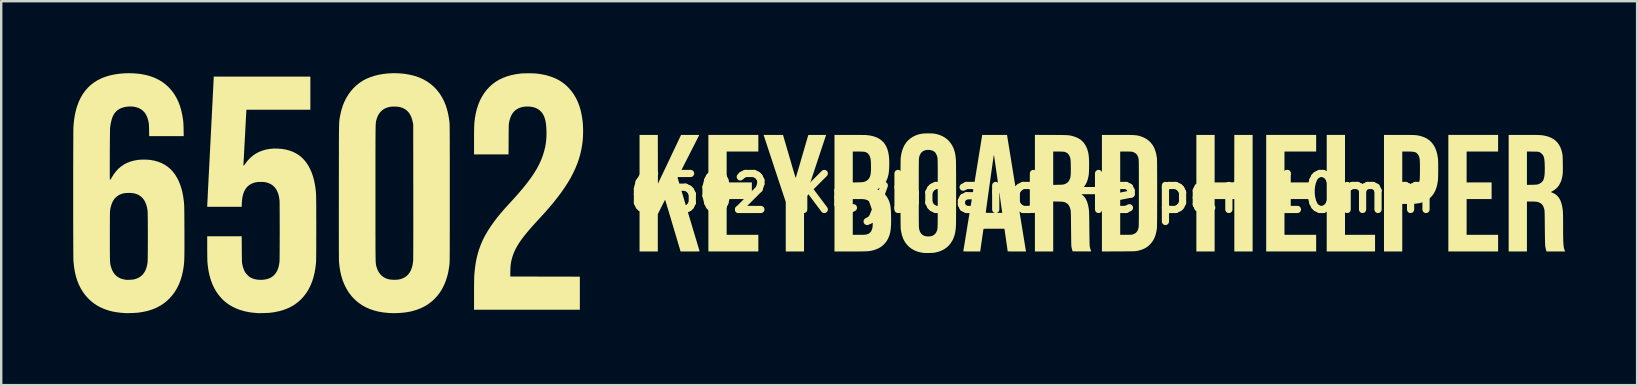
<source format=kicad_pcb>
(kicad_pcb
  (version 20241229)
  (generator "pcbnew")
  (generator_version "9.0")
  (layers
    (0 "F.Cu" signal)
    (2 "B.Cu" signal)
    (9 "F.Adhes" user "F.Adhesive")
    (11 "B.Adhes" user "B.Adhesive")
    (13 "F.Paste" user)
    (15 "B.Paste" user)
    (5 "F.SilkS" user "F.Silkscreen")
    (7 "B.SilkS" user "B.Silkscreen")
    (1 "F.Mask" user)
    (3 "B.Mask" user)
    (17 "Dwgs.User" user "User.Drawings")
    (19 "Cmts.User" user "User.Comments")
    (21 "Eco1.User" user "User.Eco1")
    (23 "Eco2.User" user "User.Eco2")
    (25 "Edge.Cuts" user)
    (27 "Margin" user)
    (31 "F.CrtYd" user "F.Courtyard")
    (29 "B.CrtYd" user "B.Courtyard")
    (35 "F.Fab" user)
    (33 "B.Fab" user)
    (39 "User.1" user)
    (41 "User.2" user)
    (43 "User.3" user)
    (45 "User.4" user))
  (footprint "6502 Keyboard Helper 10mm"
    (layer "F.Cu")
    (at 39.974 4.999)
    (property "Reference" "6502 Keyboard Helper 10mm" (at 0 0 0) (layer "F.SilkS") (effects (font (size 1.5 1.5) (thickness 0.3))))
    (attr board_only exclude_from_pos_files exclude_from_bom)
    (fp_poly (pts (xy 13.017 -0.347) (xy 13.017 1.735) (xy 13.643 1.735) (xy 14.27 1.735) (xy 14.27 2.081) (xy 14.27 2.428) (xy 13.263 2.428) (xy 12.256 2.428) (xy 12.256 0) (xy 12.256 -2.428) (xy 12.637 -2.428) (xy 13.017 -2.428)) (stroke (width 0) (type solid)) (fill yes) (layer "F.SilkS"))
    (fp_poly (pts (xy -11.427 -2.081) (xy -11.427 -1.735) (xy -12.087 -1.735) (xy -12.747 -1.735) (xy -12.747 -1.091) (xy -12.747 -0.448) (xy -12.222 -0.448) (xy -11.697 -0.448) (xy -11.697 -0.102) (xy -11.697 0.245) (xy -12.222 0.245) (xy -12.747 0.245) (xy -12.747 0.99) (xy -12.747 1.735) (xy -12.087 1.735) (xy -11.427 1.735) (xy -11.427 2.081) (xy -11.427 2.428) (xy -12.467 2.428) (xy -13.508 2.428) (xy -13.508 0) (xy -13.508 -2.428) (xy -12.467 -2.428) (xy -11.427 -2.428)) (stroke (width 0) (type solid)) (fill yes) (layer "F.SilkS"))
    (fp_poly (pts (xy 7.585 -1.438) (xy 7.585 -0.448) (xy 7.994 -0.45) (xy 8.402 -0.453) (xy 8.404 -1.44) (xy 8.406 -2.428) (xy 8.787 -2.428) (xy 9.168 -2.428) (xy 9.168 0) (xy 9.168 2.428) (xy 8.787 2.428) (xy 8.406 2.428) (xy 8.406 1.337) (xy 8.406 0.245) (xy 7.996 0.245) (xy 7.585 0.245) (xy 7.585 1.337) (xy 7.585 2.428) (xy 7.205 2.428) (xy 6.824 2.428) (xy 6.824 0) (xy 6.824 -2.428) (xy 7.205 -2.428) (xy 7.585 -2.428)) (stroke (width 0) (type solid)) (fill yes) (layer "F.SilkS"))
    (fp_poly (pts (xy 11.816 -2.081) (xy 11.816 -1.735) (xy 11.156 -1.735) (xy 10.496 -1.735) (xy 10.496 -1.091) (xy 10.496 -0.448) (xy 11.02 -0.448) (xy 11.545 -0.448) (xy 11.545 -0.102) (xy 11.545 0.245) (xy 11.02 0.245) (xy 10.496 0.245) (xy 10.496 0.99) (xy 10.496 1.735) (xy 11.156 1.735) (xy 11.816 1.735) (xy 11.816 2.081) (xy 11.816 2.428) (xy 10.775 2.428) (xy 9.734 2.428) (xy 9.734 0) (xy 9.734 -2.428) (xy 10.775 -2.428) (xy 11.816 -2.428)) (stroke (width 0) (type solid)) (fill yes) (layer "F.SilkS"))
    (fp_poly (pts (xy 19.397 -2.081) (xy 19.397 -1.735) (xy 18.741 -1.735) (xy 18.085 -1.735) (xy 18.085 -1.091) (xy 18.085 -0.448) (xy 18.606 -0.448) (xy 19.126 -0.448) (xy 19.126 -0.102) (xy 19.126 0.245) (xy 18.606 0.245) (xy 18.085 0.245) (xy 18.085 0.99) (xy 18.085 1.735) (xy 18.741 1.735) (xy 19.397 1.735) (xy 19.397 2.081) (xy 19.397 2.428) (xy 18.36 2.428) (xy 17.324 2.428) (xy 17.324 0) (xy 17.324 -2.428) (xy 18.36 -2.428) (xy 19.397 -2.428)) (stroke (width 0) (type solid)) (fill yes) (layer "F.SilkS"))
    (fp_poly (pts (xy -9.063 -1.039) (xy -9.523 0.351) (xy -9.523 1.39) (xy -9.523 2.428) (xy -9.904 2.428) (xy -10.284 2.428) (xy -10.284 1.398) (xy -10.284 0.368) (xy -10.746 -1.027) (xy -10.795 -1.175) (xy -10.842 -1.32) (xy -10.888 -1.459) (xy -10.932 -1.591) (xy -10.974 -1.718) (xy -11.013 -1.836) (xy -11.049 -1.946) (xy -11.082 -2.047) (xy -11.112 -2.138) (xy -11.139 -2.218) (xy -11.161 -2.286) (xy -11.179 -2.341) (xy -11.193 -2.383) (xy -11.202 -2.411) (xy -11.206 -2.424) (xy -11.207 -2.425) (xy -11.198 -2.426) (xy -11.175 -2.426) (xy -11.138 -2.427) (xy -11.089 -2.427) (xy -11.029 -2.428) (xy -10.961 -2.428) (xy -10.886 -2.428) (xy -10.805 -2.428) (xy -10.803 -2.428) (xy -10.399 -2.428) (xy -10.141 -1.544) (xy -10.107 -1.426) (xy -10.073 -1.312) (xy -10.042 -1.203) (xy -10.012 -1.101) (xy -9.984 -1.007) (xy -9.959 -0.921) (xy -9.936 -0.845) (xy -9.917 -0.78) (xy -9.901 -0.727) (xy -9.889 -0.687) (xy -9.881 -0.661) (xy -9.877 -0.65) (xy -9.877 -0.65) (xy -9.869 -0.643) (xy -9.867 -0.643) (xy -9.864 -0.652) (xy -9.857 -0.675) (xy -9.845 -0.713) (xy -9.83 -0.764) (xy -9.812 -0.827) (xy -9.79 -0.901) (xy -9.765 -0.985) (xy -9.738 -1.078) (xy -9.708 -1.178) (xy -9.677 -1.286) (xy -9.644 -1.399) (xy -9.61 -1.516) (xy -9.608 -1.523) (xy -9.573 -1.641) (xy -9.54 -1.755) (xy -9.509 -1.863) (xy -9.479 -1.965) (xy -9.452 -2.059) (xy -9.427 -2.144) (xy -9.405 -2.22) (xy -9.386 -2.284) (xy -9.371 -2.337) (xy -9.359 -2.377) (xy -9.352 -2.403) (xy -9.348 -2.413) (xy -9.348 -2.414) (xy -9.346 -2.417) (xy -9.342 -2.42) (xy -9.333 -2.422) (xy -9.319 -2.424) (xy -9.298 -2.426) (xy -9.268 -2.427) (xy -9.228 -2.427) (xy -9.177 -2.428) (xy -9.113 -2.428) (xy -9.034 -2.428) (xy -8.974 -2.428) (xy -8.603 -2.428)) (stroke (width 0) (type solid)) (fill yes) (layer "F.SilkS"))
    (fp_poly (pts (xy -15.613 -1.411) (xy -15.611 -0.394) (xy -15.128 -1.411) (xy -14.646 -2.428) (xy -14.267 -2.428) (xy -14.189 -2.428) (xy -14.116 -2.428) (xy -14.051 -2.428) (xy -13.994 -2.427) (xy -13.948 -2.427) (xy -13.914 -2.426) (xy -13.894 -2.425) (xy -13.889 -2.425) (xy -13.893 -2.417) (xy -13.904 -2.395) (xy -13.921 -2.36) (xy -13.945 -2.312) (xy -13.975 -2.253) (xy -14.01 -2.184) (xy -14.05 -2.105) (xy -14.094 -2.018) (xy -14.143 -1.923) (xy -14.194 -1.822) (xy -14.249 -1.715) (xy -14.306 -1.603) (xy -14.341 -1.533) (xy -14.793 -0.646) (xy -14.337 0.876) (xy -14.29 1.032) (xy -14.244 1.184) (xy -14.2 1.331) (xy -14.158 1.472) (xy -14.118 1.606) (xy -14.08 1.733) (xy -14.044 1.851) (xy -14.011 1.961) (xy -13.981 2.06) (xy -13.955 2.149) (xy -13.932 2.227) (xy -13.912 2.292) (xy -13.896 2.344) (xy -13.885 2.382) (xy -13.878 2.406) (xy -13.875 2.414) (xy -13.875 2.417) (xy -13.877 2.42) (xy -13.884 2.422) (xy -13.896 2.424) (xy -13.915 2.425) (xy -13.942 2.427) (xy -13.979 2.427) (xy -14.027 2.428) (xy -14.087 2.428) (xy -14.161 2.428) (xy -14.251 2.428) (xy -14.269 2.428) (xy -14.667 2.428) (xy -14.679 2.387) (xy -14.748 2.155) (xy -14.813 1.935) (xy -14.875 1.728) (xy -14.933 1.533) (xy -14.987 1.352) (xy -15.037 1.183) (xy -15.083 1.028) (xy -15.125 0.887) (xy -15.163 0.76) (xy -15.197 0.647) (xy -15.227 0.549) (xy -15.252 0.465) (xy -15.273 0.396) (xy -15.289 0.343) (xy -15.301 0.305) (xy -15.308 0.283) (xy -15.31 0.277) (xy -15.315 0.283) (xy -15.326 0.302) (xy -15.344 0.334) (xy -15.366 0.376) (xy -15.392 0.427) (xy -15.422 0.485) (xy -15.454 0.549) (xy -15.465 0.572) (xy -15.615 0.873) (xy -15.615 1.651) (xy -15.615 2.428) (xy -15.996 2.428) (xy -16.376 2.428) (xy -16.376 0) (xy -16.376 -2.428) (xy -15.996 -2.428) (xy -15.615 -2.428)) (stroke (width 0) (type solid)) (fill yes) (layer "F.SilkS"))
    (fp_poly (pts (xy 15.266 -2.428) (xy 15.393 -2.428) (xy 15.504 -2.428) (xy 15.601 -2.427) (xy 15.685 -2.427) (xy 15.758 -2.426) (xy 15.821 -2.424) (xy 15.875 -2.423) (xy 15.921 -2.42) (xy 15.962 -2.417) (xy 15.997 -2.414) (xy 16.03 -2.409) (xy 16.061 -2.404) (xy 16.091 -2.398) (xy 16.121 -2.392) (xy 16.142 -2.387) (xy 16.268 -2.349) (xy 16.382 -2.3) (xy 16.485 -2.238) (xy 16.577 -2.163) (xy 16.657 -2.076) (xy 16.726 -1.977) (xy 16.784 -1.865) (xy 16.83 -1.74) (xy 16.865 -1.603) (xy 16.889 -1.453) (xy 16.892 -1.428) (xy 16.895 -1.391) (xy 16.897 -1.339) (xy 16.899 -1.275) (xy 16.9 -1.202) (xy 16.901 -1.122) (xy 16.901 -1.038) (xy 16.901 -0.952) (xy 16.9 -0.866) (xy 16.899 -0.784) (xy 16.897 -0.707) (xy 16.895 -0.639) (xy 16.893 -0.581) (xy 16.89 -0.537) (xy 16.888 -0.52) (xy 16.864 -0.372) (xy 16.829 -0.236) (xy 16.783 -0.112) (xy 16.726 -0.001) (xy 16.657 0.097) (xy 16.577 0.183) (xy 16.485 0.257) (xy 16.381 0.319) (xy 16.372 0.324) (xy 16.307 0.354) (xy 16.242 0.38) (xy 16.176 0.401) (xy 16.106 0.417) (xy 16.03 0.43) (xy 15.946 0.439) (xy 15.851 0.445) (xy 15.744 0.448) (xy 15.643 0.448) (xy 15.403 0.448) (xy 15.403 1.438) (xy 15.403 2.428) (xy 15.023 2.428) (xy 14.642 2.428) (xy 14.642 0) (xy 14.642 -0.99) (xy 15.403 -0.99) (xy 15.403 -0.245) (xy 15.627 -0.245) (xy 15.696 -0.245) (xy 15.75 -0.246) (xy 15.793 -0.247) (xy 15.826 -0.248) (xy 15.852 -0.251) (xy 15.873 -0.254) (xy 15.891 -0.258) (xy 15.904 -0.262) (xy 15.969 -0.288) (xy 16.021 -0.324) (xy 16.063 -0.37) (xy 16.095 -0.429) (xy 16.118 -0.5) (xy 16.127 -0.544) (xy 16.131 -0.573) (xy 16.133 -0.616) (xy 16.136 -0.672) (xy 16.138 -0.738) (xy 16.139 -0.811) (xy 16.14 -0.89) (xy 16.14 -0.971) (xy 16.14 -1.053) (xy 16.14 -1.133) (xy 16.138 -1.209) (xy 16.137 -1.279) (xy 16.135 -1.34) (xy 16.132 -1.389) (xy 16.129 -1.426) (xy 16.127 -1.437) (xy 16.107 -1.518) (xy 16.077 -1.585) (xy 16.037 -1.638) (xy 16.035 -1.64) (xy 16.009 -1.665) (xy 15.983 -1.685) (xy 15.954 -1.701) (xy 15.92 -1.713) (xy 15.88 -1.722) (xy 15.831 -1.728) (xy 15.772 -1.732) (xy 15.699 -1.734) (xy 15.62 -1.735) (xy 15.403 -1.735) (xy 15.403 -0.99) (xy 14.642 -0.99) (xy 14.642 -2.428)) (stroke (width 0) (type solid)) (fill yes) (layer "F.SilkS"))
    (fp_poly (pts (xy 3.665 -2.428) (xy 3.784 -2.428) (xy 3.888 -2.428) (xy 3.98 -2.427) (xy 4.059 -2.425) (xy 4.129 -2.424) (xy 4.189 -2.421) (xy 4.241 -2.418) (xy 4.287 -2.414) (xy 4.327 -2.41) (xy 4.363 -2.404) (xy 4.397 -2.398) (xy 4.43 -2.39) (xy 4.462 -2.381) (xy 4.496 -2.371) (xy 4.518 -2.364) (xy 4.636 -2.318) (xy 4.744 -2.258) (xy 4.841 -2.186) (xy 4.927 -2.102) (xy 5.001 -2.006) (xy 5.058 -1.908) (xy 5.098 -1.814) (xy 5.133 -1.707) (xy 5.16 -1.59) (xy 5.18 -1.467) (xy 5.182 -1.451) (xy 5.183 -1.432) (xy 5.184 -1.398) (xy 5.185 -1.349) (xy 5.186 -1.286) (xy 5.187 -1.211) (xy 5.188 -1.125) (xy 5.188 -1.028) (xy 5.189 -0.922) (xy 5.189 -0.808) (xy 5.19 -0.688) (xy 5.19 -0.561) (xy 5.191 -0.43) (xy 5.191 -0.296) (xy 5.191 -0.159) (xy 5.191 -0.021) (xy 5.191 0.118) (xy 5.191 0.255) (xy 5.191 0.391) (xy 5.19 0.523) (xy 5.19 0.651) (xy 5.19 0.773) (xy 5.189 0.889) (xy 5.189 0.997) (xy 5.188 1.097) (xy 5.187 1.186) (xy 5.186 1.265) (xy 5.185 1.332) (xy 5.185 1.385) (xy 5.183 1.424) (xy 5.182 1.447) (xy 5.182 1.451) (xy 5.16 1.593) (xy 5.129 1.723) (xy 5.088 1.84) (xy 5.036 1.946) (xy 4.973 2.043) (xy 4.899 2.131) (xy 4.898 2.132) (xy 4.815 2.208) (xy 4.722 2.273) (xy 4.618 2.326) (xy 4.502 2.369) (xy 4.373 2.402) (xy 4.357 2.405) (xy 4.34 2.408) (xy 4.323 2.411) (xy 4.305 2.413) (xy 4.285 2.415) (xy 4.261 2.417) (xy 4.233 2.419) (xy 4.199 2.42) (xy 4.158 2.421) (xy 4.109 2.422) (xy 4.05 2.423) (xy 3.98 2.424) (xy 3.898 2.424) (xy 3.803 2.425) (xy 3.694 2.425) (xy 3.577 2.426) (xy 2.889 2.429) (xy 2.889 0.000414) (xy 2.889 0) (xy 3.651 0) (xy 3.651 1.735) (xy 3.887 1.735) (xy 3.959 1.734) (xy 4.015 1.734) (xy 4.06 1.733) (xy 4.094 1.732) (xy 4.121 1.729) (xy 4.142 1.727) (xy 4.16 1.723) (xy 4.174 1.719) (xy 4.245 1.69) (xy 4.303 1.652) (xy 4.349 1.603) (xy 4.384 1.542) (xy 4.409 1.468) (xy 4.416 1.434) (xy 4.418 1.423) (xy 4.42 1.41) (xy 4.421 1.393) (xy 4.422 1.371) (xy 4.424 1.344) (xy 4.425 1.311) (xy 4.425 1.271) (xy 4.426 1.223) (xy 4.427 1.167) (xy 4.427 1.102) (xy 4.428 1.027) (xy 4.428 0.941) (xy 4.429 0.844) (xy 4.429 0.734) (xy 4.429 0.611) (xy 4.429 0.474) (xy 4.429 0.323) (xy 4.429 0.156) (xy 4.429 0) (xy 4.429 -0.181) (xy 4.429 -0.346) (xy 4.429 -0.495) (xy 4.429 -0.63) (xy 4.429 -0.751) (xy 4.429 -0.859) (xy 4.428 -0.954) (xy 4.428 -1.039) (xy 4.427 -1.112) (xy 4.427 -1.176) (xy 4.426 -1.231) (xy 4.425 -1.277) (xy 4.424 -1.316) (xy 4.423 -1.348) (xy 4.422 -1.374) (xy 4.421 -1.395) (xy 4.419 -1.412) (xy 4.418 -1.425) (xy 4.416 -1.434) (xy 4.395 -1.513) (xy 4.365 -1.579) (xy 4.323 -1.633) (xy 4.27 -1.676) (xy 4.205 -1.708) (xy 4.174 -1.719) (xy 4.157 -1.723) (xy 4.139 -1.727) (xy 4.117 -1.73) (xy 4.089 -1.732) (xy 4.053 -1.733) (xy 4.006 -1.734) (xy 3.947 -1.734) (xy 3.887 -1.735) (xy 3.651 -1.735) (xy 3.651 0) (xy 2.889 0) (xy 2.889 -2.428) (xy 3.531 -2.428)) (stroke (width 0) (type solid)) (fill yes) (layer "F.SilkS"))
    (fp_poly (pts (xy -0.674 -0.019) (xy -0.641 0.181) (xy -0.609 0.376) (xy -0.578 0.567) (xy -0.548 0.752) (xy -0.519 0.93) (xy -0.491 1.102) (xy -0.465 1.266) (xy -0.439 1.422) (xy -0.415 1.569) (xy -0.393 1.707) (xy -0.372 1.834) (xy -0.353 1.951) (xy -0.336 2.055) (xy -0.321 2.148) (xy -0.308 2.228) (xy -0.297 2.294) (xy -0.288 2.346) (xy -0.282 2.382) (xy -0.279 2.404) (xy -0.278 2.409) (xy -0.273 2.428) (xy -0.655 2.428) (xy -0.733 2.428) (xy -0.806 2.428) (xy -0.872 2.428) (xy -0.93 2.427) (xy -0.976 2.427) (xy -1.011 2.426) (xy -1.031 2.425) (xy -1.036 2.425) (xy -1.038 2.416) (xy -1.041 2.392) (xy -1.046 2.354) (xy -1.054 2.304) (xy -1.062 2.243) (xy -1.072 2.173) (xy -1.084 2.096) (xy -1.096 2.012) (xy -1.104 1.954) (xy -1.117 1.867) (xy -1.129 1.786) (xy -1.139 1.71) (xy -1.149 1.644) (xy -1.157 1.586) (xy -1.164 1.54) (xy -1.169 1.507) (xy -1.171 1.488) (xy -1.172 1.484) (xy -1.18 1.483) (xy -1.204 1.483) (xy -1.241 1.482) (xy -1.29 1.482) (xy -1.35 1.481) (xy -1.42 1.481) (xy -1.496 1.481) (xy -1.579 1.481) (xy -1.607 1.481) (xy -1.704 1.481) (xy -1.786 1.481) (xy -1.853 1.481) (xy -1.908 1.482) (xy -1.951 1.482) (xy -1.984 1.483) (xy -2.008 1.484) (xy -2.025 1.486) (xy -2.036 1.488) (xy -2.042 1.49) (xy -2.045 1.493) (xy -2.046 1.495) (xy -2.048 1.506) (xy -2.052 1.533) (xy -2.058 1.572) (xy -2.066 1.624) (xy -2.075 1.686) (xy -2.086 1.757) (xy -2.097 1.835) (xy -2.109 1.919) (xy -2.116 1.969) (xy -2.183 2.428) (xy -2.537 2.428) (xy -2.623 2.428) (xy -2.695 2.428) (xy -2.752 2.428) (xy -2.797 2.427) (xy -2.831 2.426) (xy -2.855 2.425) (xy -2.871 2.424) (xy -2.881 2.421) (xy -2.886 2.419) (xy -2.887 2.415) (xy -2.886 2.414) (xy -2.885 2.404) (xy -2.88 2.379) (xy -2.874 2.338) (xy -2.865 2.282) (xy -2.853 2.212) (xy -2.839 2.129) (xy -2.824 2.034) (xy -2.806 1.926) (xy -2.787 1.806) (xy -2.765 1.676) (xy -2.743 1.536) (xy -2.718 1.387) (xy -2.693 1.229) (xy -2.665 1.063) (xy -2.637 0.889) (xy -2.624 0.806) (xy -1.95 0.806) (xy -1.949 0.81) (xy -1.946 0.813) (xy -1.938 0.815) (xy -1.924 0.817) (xy -1.903 0.818) (xy -1.873 0.819) (xy -1.833 0.82) (xy -1.781 0.82) (xy -1.715 0.821) (xy -1.635 0.821) (xy -1.607 0.821) (xy -1.263 0.821) (xy -1.268 0.793) (xy -1.27 0.782) (xy -1.274 0.754) (xy -1.28 0.712) (xy -1.288 0.656) (xy -1.298 0.588) (xy -1.309 0.507) (xy -1.322 0.415) (xy -1.336 0.314) (xy -1.352 0.204) (xy -1.369 0.085) (xy -1.387 -0.04) (xy -1.405 -0.171) (xy -1.424 -0.307) (xy -1.438 -0.406) (xy -1.458 -0.544) (xy -1.477 -0.679) (xy -1.495 -0.807) (xy -1.513 -0.929) (xy -1.529 -1.044) (xy -1.544 -1.15) (xy -1.558 -1.246) (xy -1.571 -1.333) (xy -1.582 -1.408) (xy -1.591 -1.471) (xy -1.598 -1.52) (xy -1.604 -1.556) (xy -1.607 -1.576) (xy -1.608 -1.581) (xy -1.616 -1.58) (xy -1.617 -1.58) (xy -1.619 -1.571) (xy -1.622 -1.547) (xy -1.628 -1.508) (xy -1.636 -1.456) (xy -1.645 -1.392) (xy -1.656 -1.316) (xy -1.668 -1.231) (xy -1.681 -1.137) (xy -1.696 -1.036) (xy -1.711 -0.928) (xy -1.727 -0.815) (xy -1.743 -0.698) (xy -1.76 -0.578) (xy -1.777 -0.456) (xy -1.794 -0.334) (xy -1.811 -0.212) (xy -1.828 -0.091) (xy -1.844 0.026) (xy -1.86 0.14) (xy -1.875 0.249) (xy -1.889 0.351) (xy -1.902 0.446) (xy -1.914 0.532) (xy -1.925 0.609) (xy -1.933 0.675) (xy -1.941 0.728) (xy -1.946 0.769) (xy -1.949 0.795) (xy -1.95 0.806) (xy -2.624 0.806) (xy -2.608 0.708) (xy -2.578 0.522) (xy -2.546 0.33) (xy -2.514 0.133) (xy -2.49 -0.015) (xy -2.098 -2.428) (xy -1.582 -2.428) (xy -1.065 -2.428)) (stroke (width 0) (type solid)) (fill yes) (layer "F.SilkS"))
    (fp_poly (pts (xy 20.591 -2.428) (xy 20.705 -2.428) (xy 20.805 -2.428) (xy 20.891 -2.427) (xy 20.966 -2.426) (xy 21.031 -2.424) (xy 21.087 -2.423) (xy 21.136 -2.42) (xy 21.178 -2.418) (xy 21.216 -2.414) (xy 21.25 -2.41) (xy 21.282 -2.405) (xy 21.314 -2.4) (xy 21.344 -2.394) (xy 21.473 -2.361) (xy 21.589 -2.316) (xy 21.694 -2.26) (xy 21.786 -2.192) (xy 21.865 -2.113) (xy 21.933 -2.021) (xy 21.989 -1.918) (xy 22.033 -1.803) (xy 22.05 -1.743) (xy 22.059 -1.705) (xy 22.067 -1.671) (xy 22.073 -1.639) (xy 22.079 -1.606) (xy 22.083 -1.572) (xy 22.086 -1.532) (xy 22.088 -1.486) (xy 22.09 -1.431) (xy 22.091 -1.365) (xy 22.092 -1.286) (xy 22.093 -1.213) (xy 22.094 -1.122) (xy 22.095 -1.047) (xy 22.095 -0.984) (xy 22.095 -0.932) (xy 22.094 -0.89) (xy 22.092 -0.854) (xy 22.09 -0.823) (xy 22.087 -0.795) (xy 22.084 -0.769) (xy 22.067 -0.673) (xy 22.048 -0.59) (xy 22.025 -0.515) (xy 22.005 -0.465) (xy 21.955 -0.364) (xy 21.896 -0.277) (xy 21.827 -0.201) (xy 21.745 -0.136) (xy 21.666 -0.089) (xy 21.637 -0.073) (xy 21.615 -0.059) (xy 21.603 -0.05) (xy 21.602 -0.048) (xy 21.609 -0.042) (xy 21.628 -0.032) (xy 21.656 -0.02) (xy 21.669 -0.014) (xy 21.752 0.026) (xy 21.825 0.077) (xy 21.889 0.139) (xy 21.944 0.213) (xy 21.99 0.299) (xy 22.028 0.399) (xy 22.059 0.512) (xy 22.082 0.64) (xy 22.091 0.717) (xy 22.094 0.747) (xy 22.097 0.781) (xy 22.099 0.82) (xy 22.1 0.866) (xy 22.102 0.92) (xy 22.103 0.984) (xy 22.104 1.059) (xy 22.104 1.146) (xy 22.105 1.248) (xy 22.105 1.364) (xy 22.105 1.507) (xy 22.105 1.635) (xy 22.106 1.747) (xy 22.108 1.847) (xy 22.11 1.934) (xy 22.112 2.011) (xy 22.116 2.077) (xy 22.12 2.135) (xy 22.125 2.185) (xy 22.131 2.229) (xy 22.137 2.268) (xy 22.145 2.303) (xy 22.154 2.335) (xy 22.165 2.366) (xy 22.168 2.375) (xy 22.188 2.428) (xy 21.801 2.428) (xy 21.413 2.428) (xy 21.404 2.397) (xy 21.382 2.316) (xy 21.367 2.243) (xy 21.359 2.191) (xy 21.357 2.17) (xy 21.356 2.134) (xy 21.354 2.082) (xy 21.352 2.017) (xy 21.35 1.94) (xy 21.349 1.852) (xy 21.347 1.754) (xy 21.346 1.647) (xy 21.344 1.533) (xy 21.343 1.426) (xy 21.342 1.301) (xy 21.341 1.192) (xy 21.34 1.097) (xy 21.339 1.016) (xy 21.338 0.947) (xy 21.337 0.889) (xy 21.336 0.841) (xy 21.335 0.801) (xy 21.333 0.769) (xy 21.332 0.743) (xy 21.33 0.722) (xy 21.328 0.704) (xy 21.325 0.69) (xy 21.322 0.676) (xy 21.319 0.663) (xy 21.319 0.662) (xy 21.293 0.581) (xy 21.26 0.514) (xy 21.219 0.461) (xy 21.169 0.42) (xy 21.128 0.397) (xy 21.089 0.381) (xy 21.049 0.368) (xy 21.003 0.359) (xy 20.951 0.353) (xy 20.888 0.349) (xy 20.812 0.347) (xy 20.771 0.347) (xy 20.598 0.347) (xy 20.598 1.388) (xy 20.598 2.428) (xy 20.218 2.428) (xy 19.837 2.428) (xy 19.837 0) (xy 19.837 -1.04) (xy 20.598 -1.04) (xy 20.598 -0.345) (xy 20.804 -0.349) (xy 20.873 -0.351) (xy 20.928 -0.353) (xy 20.971 -0.355) (xy 21.004 -0.358) (xy 21.03 -0.362) (xy 21.05 -0.366) (xy 21.055 -0.368) (xy 21.131 -0.399) (xy 21.194 -0.441) (xy 21.246 -0.492) (xy 21.264 -0.518) (xy 21.286 -0.56) (xy 21.304 -0.611) (xy 21.319 -0.672) (xy 21.33 -0.744) (xy 21.337 -0.829) (xy 21.341 -0.926) (xy 21.342 -1.038) (xy 21.34 -1.146) (xy 21.337 -1.244) (xy 21.332 -1.327) (xy 21.325 -1.396) (xy 21.316 -1.454) (xy 21.303 -1.503) (xy 21.288 -1.545) (xy 21.268 -1.581) (xy 21.244 -1.613) (xy 21.221 -1.638) (xy 21.179 -1.675) (xy 21.139 -1.701) (xy 21.119 -1.71) (xy 21.103 -1.716) (xy 21.088 -1.72) (xy 21.071 -1.724) (xy 21.05 -1.727) (xy 21.022 -1.729) (xy 20.987 -1.73) (xy 20.94 -1.731) (xy 20.88 -1.732) (xy 20.833 -1.733) (xy 20.598 -1.736) (xy 20.598 -1.04) (xy 19.837 -1.04) (xy 19.837 -2.428) (xy 20.462 -2.428)) (stroke (width 0) (type solid)) (fill yes) (layer "F.SilkS"))
    (fp_poly (pts (xy -7.499 -2.428) (xy -7.385 -2.428) (xy -7.281 -2.427) (xy -7.186 -2.426) (xy -7.102 -2.425) (xy -7.031 -2.424) (xy -6.973 -2.423) (xy -6.929 -2.421) (xy -6.901 -2.42) (xy -6.899 -2.419) (xy -6.754 -2.399) (xy -6.623 -2.368) (xy -6.504 -2.326) (xy -6.398 -2.273) (xy -6.305 -2.208) (xy -6.223 -2.132) (xy -6.154 -2.044) (xy -6.096 -1.944) (xy -6.049 -1.832) (xy -6.014 -1.708) (xy -5.99 -1.57) (xy -5.987 -1.548) (xy -5.979 -1.466) (xy -5.974 -1.375) (xy -5.972 -1.277) (xy -5.972 -1.176) (xy -5.975 -1.076) (xy -5.98 -0.981) (xy -5.988 -0.893) (xy -5.997 -0.818) (xy -6.003 -0.786) (xy -6.033 -0.663) (xy -6.073 -0.554) (xy -6.123 -0.457) (xy -6.184 -0.372) (xy -6.257 -0.298) (xy -6.299 -0.264) (xy -6.335 -0.239) (xy -6.373 -0.214) (xy -6.408 -0.195) (xy -6.416 -0.191) (xy -6.442 -0.178) (xy -6.461 -0.167) (xy -6.468 -0.161) (xy -6.468 -0.161) (xy -6.461 -0.156) (xy -6.441 -0.145) (xy -6.413 -0.13) (xy -6.377 -0.113) (xy -6.281 -0.06) (xy -6.199 0.001) (xy -6.128 0.073) (xy -6.067 0.156) (xy -6.016 0.248) (xy -5.99 0.307) (xy -5.967 0.364) (xy -5.948 0.423) (xy -5.933 0.484) (xy -5.921 0.55) (xy -5.912 0.623) (xy -5.905 0.706) (xy -5.9 0.801) (xy -5.897 0.91) (xy -5.896 0.956) (xy -5.894 1.092) (xy -5.895 1.213) (xy -5.898 1.321) (xy -5.904 1.417) (xy -5.912 1.503) (xy -5.923 1.581) (xy -5.937 1.653) (xy -5.954 1.72) (xy -5.966 1.757) (xy -6.013 1.877) (xy -6.073 1.985) (xy -6.145 2.083) (xy -6.229 2.168) (xy -6.326 2.242) (xy -6.434 2.304) (xy -6.553 2.353) (xy -6.65 2.382) (xy -6.682 2.39) (xy -6.713 2.397) (xy -6.744 2.403) (xy -6.776 2.408) (xy -6.811 2.413) (xy -6.849 2.417) (xy -6.892 2.42) (xy -6.941 2.422) (xy -6.998 2.424) (xy -7.063 2.426) (xy -7.139 2.427) (xy -7.227 2.428) (xy -7.327 2.428) (xy -7.441 2.428) (xy -7.57 2.428) (xy -7.596 2.428) (xy -8.254 2.428) (xy -8.254 0.99) (xy -7.492 0.99) (xy -7.492 1.735) (xy -7.233 1.735) (xy -7.155 1.734) (xy -7.092 1.734) (xy -7.041 1.733) (xy -7.001 1.731) (xy -6.97 1.729) (xy -6.946 1.726) (xy -6.927 1.722) (xy -6.923 1.721) (xy -6.855 1.698) (xy -6.799 1.667) (xy -6.754 1.625) (xy -6.718 1.572) (xy -6.69 1.505) (xy -6.674 1.447) (xy -6.671 1.429) (xy -6.667 1.41) (xy -6.665 1.387) (xy -6.663 1.359) (xy -6.662 1.324) (xy -6.661 1.279) (xy -6.66 1.225) (xy -6.66 1.158) (xy -6.66 1.076) (xy -6.66 1.028) (xy -6.66 0.94) (xy -6.66 0.867) (xy -6.66 0.807) (xy -6.661 0.758) (xy -6.662 0.719) (xy -6.664 0.687) (xy -6.666 0.661) (xy -6.669 0.638) (xy -6.672 0.617) (xy -6.677 0.596) (xy -6.678 0.59) (xy -6.701 0.505) (xy -6.731 0.435) (xy -6.769 0.378) (xy -6.817 0.332) (xy -6.876 0.296) (xy -6.947 0.269) (xy -6.974 0.262) (xy -6.996 0.257) (xy -7.018 0.253) (xy -7.044 0.25) (xy -7.075 0.248) (xy -7.115 0.246) (xy -7.165 0.246) (xy -7.229 0.245) (xy -7.265 0.245) (xy -7.492 0.245) (xy -7.492 0.99) (xy -8.254 0.99) (xy -8.254 0) (xy -8.254 -1.09) (xy -7.492 -1.09) (xy -7.492 -0.446) (xy -7.287 -0.451) (xy -7.213 -0.453) (xy -7.153 -0.455) (xy -7.106 -0.458) (xy -7.07 -0.462) (xy -7.043 -0.466) (xy -7.031 -0.469) (xy -6.97 -0.489) (xy -6.92 -0.515) (xy -6.874 -0.549) (xy -6.867 -0.555) (xy -6.828 -0.596) (xy -6.798 -0.642) (xy -6.774 -0.696) (xy -6.756 -0.761) (xy -6.744 -0.838) (xy -6.738 -0.897) (xy -6.734 -0.954) (xy -6.733 -1.02) (xy -6.732 -1.092) (xy -6.733 -1.166) (xy -6.735 -1.238) (xy -6.738 -1.305) (xy -6.743 -1.365) (xy -6.748 -1.412) (xy -6.752 -1.434) (xy -6.774 -1.513) (xy -6.805 -1.581) (xy -6.846 -1.637) (xy -6.893 -1.679) (xy -6.916 -1.692) (xy -6.942 -1.704) (xy -6.968 -1.714) (xy -6.996 -1.721) (xy -7.029 -1.727) (xy -7.069 -1.73) (xy -7.118 -1.733) (xy -7.179 -1.734) (xy -7.254 -1.735) (xy -7.27 -1.735) (xy -7.492 -1.735) (xy -7.492 -1.09) (xy -8.254 -1.09) (xy -8.254 -2.428) (xy -7.62 -2.428)) (stroke (width 0) (type solid)) (fill yes) (layer "F.SilkS"))
    (fp_poly (pts (xy 0.772 -2.426) (xy 0.9 -2.426) (xy 1.012 -2.425) (xy 1.11 -2.424) (xy 1.195 -2.424) (xy 1.268 -2.423) (xy 1.33 -2.421) (xy 1.384 -2.42) (xy 1.43 -2.417) (xy 1.469 -2.415) (xy 1.504 -2.412) (xy 1.534 -2.408) (xy 1.562 -2.403) (xy 1.589 -2.398) (xy 1.616 -2.392) (xy 1.644 -2.385) (xy 1.674 -2.377) (xy 1.793 -2.339) (xy 1.9 -2.291) (xy 1.994 -2.233) (xy 2.076 -2.163) (xy 2.146 -2.083) (xy 2.206 -1.99) (xy 2.225 -1.954) (xy 2.256 -1.888) (xy 2.282 -1.82) (xy 2.304 -1.749) (xy 2.322 -1.674) (xy 2.335 -1.593) (xy 2.345 -1.503) (xy 2.351 -1.404) (xy 2.355 -1.292) (xy 2.355 -1.167) (xy 2.354 -1.083) (xy 2.352 -1) (xy 2.35 -0.932) (xy 2.348 -0.876) (xy 2.345 -0.829) (xy 2.342 -0.79) (xy 2.338 -0.754) (xy 2.332 -0.721) (xy 2.332 -0.719) (xy 2.303 -0.59) (xy 2.265 -0.475) (xy 2.216 -0.373) (xy 2.157 -0.283) (xy 2.086 -0.205) (xy 2.005 -0.138) (xy 1.919 -0.087) (xy 1.891 -0.071) (xy 1.87 -0.058) (xy 1.86 -0.05) (xy 1.859 -0.048) (xy 1.868 -0.042) (xy 1.888 -0.032) (xy 1.916 -0.018) (xy 1.929 -0.012) (xy 2.011 0.03) (xy 2.083 0.081) (xy 2.146 0.142) (xy 2.2 0.213) (xy 2.245 0.297) (xy 2.283 0.393) (xy 2.313 0.502) (xy 2.337 0.627) (xy 2.345 0.681) (xy 2.347 0.704) (xy 2.35 0.73) (xy 2.352 0.763) (xy 2.354 0.802) (xy 2.355 0.849) (xy 2.357 0.906) (xy 2.359 0.972) (xy 2.36 1.05) (xy 2.361 1.14) (xy 2.363 1.244) (xy 2.364 1.363) (xy 2.365 1.476) (xy 2.366 1.598) (xy 2.368 1.712) (xy 2.369 1.817) (xy 2.371 1.913) (xy 2.373 1.997) (xy 2.374 2.069) (xy 2.376 2.128) (xy 2.378 2.173) (xy 2.379 2.203) (xy 2.381 2.215) (xy 2.392 2.268) (xy 2.407 2.323) (xy 2.423 2.372) (xy 2.429 2.388) (xy 2.436 2.409) (xy 2.441 2.423) (xy 2.441 2.424) (xy 2.433 2.425) (xy 2.409 2.426) (xy 2.372 2.426) (xy 2.324 2.427) (xy 2.264 2.427) (xy 2.197 2.427) (xy 2.122 2.427) (xy 2.055 2.426) (xy 1.669 2.424) (xy 1.657 2.386) (xy 1.649 2.36) (xy 1.64 2.324) (xy 1.63 2.284) (xy 1.627 2.272) (xy 1.624 2.258) (xy 1.621 2.243) (xy 1.619 2.228) (xy 1.617 2.209) (xy 1.615 2.187) (xy 1.613 2.16) (xy 1.612 2.127) (xy 1.611 2.086) (xy 1.61 2.037) (xy 1.609 1.978) (xy 1.608 1.908) (xy 1.607 1.827) (xy 1.606 1.732) (xy 1.605 1.623) (xy 1.603 1.498) (xy 1.603 1.481) (xy 1.602 1.354) (xy 1.601 1.242) (xy 1.6 1.146) (xy 1.599 1.062) (xy 1.598 0.991) (xy 1.597 0.931) (xy 1.596 0.881) (xy 1.595 0.839) (xy 1.593 0.804) (xy 1.592 0.776) (xy 1.59 0.753) (xy 1.588 0.734) (xy 1.585 0.717) (xy 1.583 0.702) (xy 1.58 0.687) (xy 1.579 0.685) (xy 1.554 0.598) (xy 1.521 0.526) (xy 1.479 0.467) (xy 1.428 0.421) (xy 1.387 0.397) (xy 1.358 0.384) (xy 1.33 0.374) (xy 1.302 0.366) (xy 1.269 0.36) (xy 1.229 0.356) (xy 1.18 0.353) (xy 1.118 0.351) (xy 1.06 0.349) (xy 0.859 0.345) (xy 0.859 1.387) (xy 0.859 2.428) (xy 0.478 2.428) (xy 0.097 2.428) (xy 0.097 -0.000421) (xy 0.097 -1.04) (xy 0.859 -1.04) (xy 0.859 -0.345) (xy 1.06 -0.349) (xy 1.137 -0.351) (xy 1.198 -0.354) (xy 1.246 -0.357) (xy 1.281 -0.361) (xy 1.304 -0.366) (xy 1.304 -0.366) (xy 1.379 -0.394) (xy 1.441 -0.432) (xy 1.491 -0.481) (xy 1.531 -0.542) (xy 1.563 -0.618) (xy 1.564 -0.619) (xy 1.573 -0.654) (xy 1.581 -0.698) (xy 1.587 -0.752) (xy 1.591 -0.818) (xy 1.593 -0.897) (xy 1.594 -0.99) (xy 1.593 -1.098) (xy 1.593 -1.114) (xy 1.591 -1.195) (xy 1.589 -1.262) (xy 1.588 -1.316) (xy 1.585 -1.36) (xy 1.582 -1.394) (xy 1.579 -1.422) (xy 1.574 -1.445) (xy 1.574 -1.447) (xy 1.55 -1.526) (xy 1.518 -1.592) (xy 1.476 -1.643) (xy 1.426 -1.682) (xy 1.417 -1.687) (xy 1.391 -1.701) (xy 1.366 -1.712) (xy 1.339 -1.72) (xy 1.309 -1.726) (xy 1.273 -1.73) (xy 1.228 -1.732) (xy 1.172 -1.734) (xy 1.103 -1.734) (xy 1.072 -1.734) (xy 0.859 -1.735) (xy 0.859 -1.04) (xy 0.097 -1.04) (xy 0.097 -2.429)) (stroke (width 0) (type solid)) (fill yes) (layer "F.SilkS"))
    (fp_poly (pts (xy -20.916 -4.995) (xy -20.841 -4.993) (xy -20.772 -4.991) (xy -20.714 -4.988) (xy -20.675 -4.985) (xy -20.474 -4.958) (xy -20.287 -4.92) (xy -20.111 -4.87) (xy -19.947 -4.81) (xy -19.793 -4.738) (xy -19.65 -4.654) (xy -19.515 -4.558) (xy -19.494 -4.541) (xy -19.463 -4.515) (xy -19.425 -4.48) (xy -19.384 -4.441) (xy -19.344 -4.401) (xy -19.333 -4.39) (xy -19.218 -4.259) (xy -19.115 -4.116) (xy -19.024 -3.961) (xy -18.945 -3.794) (xy -18.878 -3.616) (xy -18.823 -3.426) (xy -18.781 -3.223) (xy -18.75 -3.009) (xy -18.737 -2.877) (xy -18.733 -2.805) (xy -18.73 -2.721) (xy -18.729 -2.63) (xy -18.729 -2.536) (xy -18.731 -2.443) (xy -18.733 -2.355) (xy -18.738 -2.276) (xy -18.741 -2.229) (xy -18.766 -2.023) (xy -18.801 -1.821) (xy -18.847 -1.621) (xy -18.903 -1.424) (xy -18.971 -1.228) (xy -19.051 -1.033) (xy -19.143 -0.836) (xy -19.247 -0.639) (xy -19.365 -0.439) (xy -19.496 -0.236) (xy -19.641 -0.028) (xy -19.8 0.184) (xy -19.974 0.402) (xy -20.041 0.482) (xy -20.106 0.56) (xy -20.17 0.635) (xy -20.235 0.709) (xy -20.302 0.786) (xy -20.375 0.866) (xy -20.454 0.953) (xy -20.541 1.048) (xy -20.59 1.101) (xy -20.732 1.255) (xy -20.861 1.4) (xy -20.979 1.535) (xy -21.086 1.662) (xy -21.182 1.781) (xy -21.269 1.895) (xy -21.346 2.002) (xy -21.415 2.106) (xy -21.475 2.205) (xy -21.529 2.302) (xy -21.576 2.397) (xy -21.616 2.491) (xy -21.651 2.584) (xy -21.682 2.679) (xy -21.702 2.754) (xy -21.723 2.845) (xy -21.739 2.936) (xy -21.75 3.029) (xy -21.757 3.131) (xy -21.76 3.244) (xy -21.761 3.274) (xy -21.762 3.473) (xy -20.313 3.475) (xy -18.864 3.478) (xy -18.864 4.167) (xy -18.864 4.857) (xy -21.068 4.857) (xy -23.272 4.857) (xy -23.272 4.207) (xy -23.272 4.1) (xy -23.272 3.996) (xy -23.271 3.895) (xy -23.27 3.799) (xy -23.269 3.711) (xy -23.268 3.632) (xy -23.267 3.563) (xy -23.266 3.506) (xy -23.265 3.462) (xy -23.263 3.435) (xy -23.242 3.192) (xy -23.212 2.962) (xy -23.172 2.743) (xy -23.121 2.534) (xy -23.06 2.331) (xy -22.987 2.135) (xy -22.902 1.941) (xy -22.804 1.75) (xy -22.692 1.559) (xy -22.566 1.366) (xy -22.43 1.176) (xy -22.363 1.088) (xy -22.296 1.001) (xy -22.226 0.915) (xy -22.152 0.826) (xy -22.073 0.734) (xy -21.987 0.636) (xy -21.892 0.531) (xy -21.786 0.416) (xy -21.762 0.389) (xy -21.594 0.205) (xy -21.439 0.031) (xy -21.296 -0.136) (xy -21.165 -0.294) (xy -21.046 -0.445) (xy -20.937 -0.591) (xy -20.838 -0.731) (xy -20.749 -0.867) (xy -20.669 -0.999) (xy -20.598 -1.128) (xy -20.534 -1.255) (xy -20.478 -1.381) (xy -20.429 -1.507) (xy -20.393 -1.612) (xy -20.343 -1.779) (xy -20.305 -1.941) (xy -20.278 -2.102) (xy -20.261 -2.266) (xy -20.253 -2.438) (xy -20.254 -2.589) (xy -20.261 -2.734) (xy -20.273 -2.865) (xy -20.29 -2.981) (xy -20.314 -3.085) (xy -20.345 -3.177) (xy -20.382 -3.258) (xy -20.426 -3.33) (xy -20.477 -3.394) (xy -20.484 -3.4) (xy -20.558 -3.468) (xy -20.641 -3.522) (xy -20.734 -3.563) (xy -20.837 -3.591) (xy -20.951 -3.607) (xy -20.988 -3.61) (xy -21.109 -3.61) (xy -21.224 -3.597) (xy -21.33 -3.571) (xy -21.427 -3.533) (xy -21.513 -3.483) (xy -21.55 -3.455) (xy -21.617 -3.391) (xy -21.675 -3.317) (xy -21.723 -3.232) (xy -21.763 -3.135) (xy -21.796 -3.023) (xy -21.81 -2.959) (xy -21.814 -2.942) (xy -21.816 -2.925) (xy -21.819 -2.906) (xy -21.821 -2.885) (xy -21.823 -2.86) (xy -21.824 -2.83) (xy -21.826 -2.794) (xy -21.827 -2.749) (xy -21.828 -2.695) (xy -21.828 -2.631) (xy -21.829 -2.556) (xy -21.83 -2.467) (xy -21.831 -2.364) (xy -21.831 -2.245) (xy -21.831 -2.244) (xy -21.835 -1.616) (xy -22.553 -1.616) (xy -23.272 -1.616) (xy -23.272 -2.19) (xy -23.272 -2.317) (xy -23.272 -2.429) (xy -23.271 -2.527) (xy -23.27 -2.614) (xy -23.269 -2.689) (xy -23.267 -2.756) (xy -23.265 -2.815) (xy -23.262 -2.869) (xy -23.259 -2.919) (xy -23.255 -2.966) (xy -23.25 -3.013) (xy -23.244 -3.06) (xy -23.238 -3.109) (xy -23.203 -3.313) (xy -23.156 -3.507) (xy -23.096 -3.691) (xy -23.025 -3.863) (xy -22.941 -4.025) (xy -22.845 -4.175) (xy -22.738 -4.314) (xy -22.619 -4.44) (xy -22.489 -4.555) (xy -22.358 -4.65) (xy -22.216 -4.734) (xy -22.063 -4.806) (xy -21.898 -4.868) (xy -21.721 -4.918) (xy -21.532 -4.957) (xy -21.33 -4.985) (xy -21.326 -4.985) (xy -21.28 -4.989) (xy -21.221 -4.992) (xy -21.151 -4.994) (xy -21.075 -4.995) (xy -20.995 -4.995)) (stroke (width 0) (type solid)) (fill yes) (layer "F.SilkS"))
    (fp_poly (pts (xy -4.264 -2.491) (xy -4.191 -2.489) (xy -4.129 -2.484) (xy -4.072 -2.477) (xy -4.018 -2.466) (xy -3.962 -2.452) (xy -3.901 -2.433) (xy -3.896 -2.432) (xy -3.775 -2.384) (xy -3.665 -2.324) (xy -3.565 -2.251) (xy -3.477 -2.165) (xy -3.399 -2.065) (xy -3.344 -1.976) (xy -3.3 -1.885) (xy -3.264 -1.79) (xy -3.235 -1.688) (xy -3.214 -1.577) (xy -3.2 -1.454) (xy -3.194 -1.375) (xy -3.193 -1.346) (xy -3.192 -1.302) (xy -3.191 -1.243) (xy -3.19 -1.171) (xy -3.189 -1.086) (xy -3.189 -0.991) (xy -3.188 -0.887) (xy -3.187 -0.774) (xy -3.187 -0.653) (xy -3.187 -0.527) (xy -3.186 -0.396) (xy -3.186 -0.262) (xy -3.186 -0.125) (xy -3.186 0.013) (xy -3.186 0.151) (xy -3.186 0.287) (xy -3.186 0.421) (xy -3.187 0.552) (xy -3.187 0.677) (xy -3.187 0.796) (xy -3.188 0.907) (xy -3.189 1.01) (xy -3.189 1.103) (xy -3.19 1.185) (xy -3.191 1.255) (xy -3.192 1.311) (xy -3.193 1.353) (xy -3.194 1.375) (xy -3.205 1.506) (xy -3.222 1.624) (xy -3.246 1.731) (xy -3.277 1.83) (xy -3.317 1.923) (xy -3.344 1.976) (xy -3.412 2.085) (xy -3.491 2.181) (xy -3.581 2.264) (xy -3.682 2.334) (xy -3.794 2.393) (xy -3.918 2.439) (xy -4.045 2.471) (xy -4.08 2.478) (xy -4.117 2.483) (xy -4.159 2.486) (xy -4.21 2.489) (xy -4.272 2.491) (xy -4.315 2.492) (xy -4.371 2.492) (xy -4.423 2.493) (xy -4.467 2.492) (xy -4.501 2.492) (xy -4.523 2.491) (xy -4.527 2.491) (xy -4.614 2.477) (xy -4.688 2.462) (xy -4.752 2.447) (xy -4.811 2.429) (xy -4.867 2.407) (xy -4.924 2.382) (xy -4.933 2.378) (xy -5.041 2.317) (xy -5.139 2.242) (xy -5.228 2.154) (xy -5.305 2.054) (xy -5.37 1.944) (xy -5.371 1.941) (xy -5.403 1.867) (xy -5.433 1.78) (xy -5.458 1.684) (xy -5.479 1.583) (xy -5.494 1.48) (xy -5.495 1.47) (xy -5.496 1.451) (xy -5.497 1.417) (xy -5.498 1.367) (xy -5.499 1.304) (xy -5.5 1.229) (xy -5.501 1.142) (xy -5.501 1.045) (xy -5.502 0.939) (xy -5.502 0.824) (xy -5.503 0.703) (xy -5.503 0.576) (xy -5.504 0.444) (xy -5.504 0.309) (xy -5.504 0.171) (xy -5.504 0.032) (xy -5.504 0) (xy -4.742 0) (xy -4.742 0.183) (xy -4.742 0.35) (xy -4.742 0.502) (xy -4.742 0.639) (xy -4.742 0.762) (xy -4.742 0.872) (xy -4.741 0.97) (xy -4.741 1.057) (xy -4.741 1.133) (xy -4.74 1.199) (xy -4.739 1.256) (xy -4.739 1.304) (xy -4.738 1.345) (xy -4.737 1.379) (xy -4.736 1.407) (xy -4.735 1.43) (xy -4.733 1.449) (xy -4.732 1.464) (xy -4.73 1.475) (xy -4.729 1.482) (xy -4.706 1.567) (xy -4.673 1.64) (xy -4.63 1.699) (xy -4.576 1.745) (xy -4.512 1.777) (xy -4.436 1.797) (xy -4.35 1.803) (xy -4.281 1.8) (xy -4.233 1.793) (xy -4.191 1.781) (xy -4.153 1.764) (xy -4.098 1.731) (xy -4.055 1.691) (xy -4.02 1.639) (xy -4.005 1.609) (xy -3.998 1.595) (xy -3.992 1.582) (xy -3.987 1.57) (xy -3.982 1.558) (xy -3.977 1.544) (xy -3.973 1.529) (xy -3.969 1.511) (xy -3.966 1.49) (xy -3.963 1.465) (xy -3.961 1.435) (xy -3.959 1.4) (xy -3.957 1.357) (xy -3.956 1.308) (xy -3.954 1.251) (xy -3.953 1.184) (xy -3.953 1.108) (xy -3.952 1.022) (xy -3.952 0.925) (xy -3.952 0.815) (xy -3.951 0.693) (xy -3.951 0.558) (xy -3.951 0.408) (xy -3.951 0.242) (xy -3.951 0.061) (xy -3.951 0) (xy -3.951 -0.183) (xy -3.951 -0.35) (xy -3.951 -0.501) (xy -3.952 -0.638) (xy -3.952 -0.761) (xy -3.952 -0.871) (xy -3.952 -0.969) (xy -3.952 -1.056) (xy -3.953 -1.131) (xy -3.953 -1.197) (xy -3.954 -1.254) (xy -3.955 -1.302) (xy -3.955 -1.343) (xy -3.956 -1.378) (xy -3.957 -1.406) (xy -3.959 -1.429) (xy -3.96 -1.448) (xy -3.961 -1.463) (xy -3.963 -1.475) (xy -3.965 -1.485) (xy -3.966 -1.491) (xy -3.986 -1.561) (xy -4.013 -1.625) (xy -4.045 -1.679) (xy -4.061 -1.698) (xy -4.101 -1.734) (xy -4.154 -1.765) (xy -4.214 -1.787) (xy -4.276 -1.8) (xy -4.279 -1.801) (xy -4.372 -1.804) (xy -4.455 -1.794) (xy -4.528 -1.771) (xy -4.59 -1.734) (xy -4.642 -1.684) (xy -4.683 -1.621) (xy -4.714 -1.545) (xy -4.729 -1.482) (xy -4.731 -1.471) (xy -4.732 -1.458) (xy -4.734 -1.442) (xy -4.735 -1.422) (xy -4.736 -1.397) (xy -4.737 -1.367) (xy -4.738 -1.331) (xy -4.739 -1.287) (xy -4.74 -1.235) (xy -4.74 -1.175) (xy -4.741 -1.106) (xy -4.741 -1.026) (xy -4.742 -0.935) (xy -4.742 -0.833) (xy -4.742 -0.718) (xy -4.742 -0.59) (xy -4.742 -0.447) (xy -4.742 -0.29) (xy -4.742 -0.117) (xy -4.742 0) (xy -5.504 0) (xy -5.504 -0.107) (xy -5.504 -0.246) (xy -5.504 -0.382) (xy -5.504 -0.515) (xy -5.503 -0.645) (xy -5.503 -0.769) (xy -5.502 -0.886) (xy -5.502 -0.996) (xy -5.501 -1.097) (xy -5.501 -1.189) (xy -5.5 -1.27) (xy -5.499 -1.338) (xy -5.498 -1.394) (xy -5.497 -1.435) (xy -5.496 -1.462) (xy -5.495 -1.468) (xy -5.472 -1.621) (xy -5.438 -1.762) (xy -5.392 -1.89) (xy -5.335 -2.006) (xy -5.266 -2.109) (xy -5.186 -2.201) (xy -5.094 -2.28) (xy -4.99 -2.348) (xy -4.933 -2.378) (xy -4.857 -2.412) (xy -4.783 -2.439) (xy -4.709 -2.46) (xy -4.632 -2.475) (xy -4.548 -2.485) (xy -4.453 -2.49) (xy -4.349 -2.492)) (stroke (width 0) (type solid)) (fill yes) (layer "F.SilkS"))
    (fp_poly (pts (xy -30.092 -4.167) (xy -30.092 -3.477) (xy -31.423 -3.477) (xy -32.755 -3.477) (xy -32.761 -3.408) (xy -32.762 -3.39) (xy -32.764 -3.357) (xy -32.766 -3.31) (xy -32.77 -3.248) (xy -32.774 -3.175) (xy -32.779 -3.09) (xy -32.784 -2.994) (xy -32.789 -2.89) (xy -32.795 -2.778) (xy -32.802 -2.659) (xy -32.808 -2.534) (xy -32.815 -2.405) (xy -32.82 -2.31) (xy -32.827 -2.178) (xy -32.834 -2.05) (xy -32.841 -1.927) (xy -32.847 -1.81) (xy -32.853 -1.701) (xy -32.858 -1.599) (xy -32.863 -1.507) (xy -32.868 -1.425) (xy -32.872 -1.356) (xy -32.875 -1.298) (xy -32.877 -1.255) (xy -32.879 -1.227) (xy -32.88 -1.216) (xy -32.882 -1.183) (xy -32.882 -1.164) (xy -32.879 -1.154) (xy -32.873 -1.151) (xy -32.87 -1.151) (xy -32.857 -1.158) (xy -32.838 -1.18) (xy -32.813 -1.213) (xy -32.808 -1.221) (xy -32.714 -1.347) (xy -32.609 -1.459) (xy -32.495 -1.558) (xy -32.372 -1.644) (xy -32.239 -1.715) (xy -32.097 -1.772) (xy -31.947 -1.816) (xy -31.79 -1.844) (xy -31.624 -1.859) (xy -31.459 -1.858) (xy -31.287 -1.845) (xy -31.125 -1.819) (xy -30.975 -1.78) (xy -30.833 -1.729) (xy -30.701 -1.665) (xy -30.602 -1.605) (xy -30.486 -1.518) (xy -30.379 -1.416) (xy -30.281 -1.301) (xy -30.193 -1.172) (xy -30.114 -1.031) (xy -30.045 -0.876) (xy -29.986 -0.71) (xy -29.937 -0.531) (xy -29.899 -0.341) (xy -29.888 -0.272) (xy -29.883 -0.236) (xy -29.878 -0.201) (xy -29.874 -0.168) (xy -29.87 -0.135) (xy -29.866 -0.101) (xy -29.863 -0.065) (xy -29.86 -0.027) (xy -29.858 0.014) (xy -29.855 0.06) (xy -29.854 0.111) (xy -29.852 0.169) (xy -29.851 0.233) (xy -29.85 0.306) (xy -29.849 0.387) (xy -29.848 0.478) (xy -29.847 0.58) (xy -29.847 0.693) (xy -29.847 0.819) (xy -29.847 0.958) (xy -29.846 1.111) (xy -29.846 1.28) (xy -29.846 1.447) (xy -29.846 1.641) (xy -29.847 1.822) (xy -29.847 1.99) (xy -29.847 2.145) (xy -29.848 2.287) (xy -29.848 2.414) (xy -29.849 2.527) (xy -29.85 2.626) (xy -29.851 2.709) (xy -29.852 2.777) (xy -29.853 2.828) (xy -29.854 2.864) (xy -29.855 2.877) (xy -29.879 3.097) (xy -29.914 3.306) (xy -29.962 3.503) (xy -30.022 3.689) (xy -30.094 3.863) (xy -30.177 4.025) (xy -30.273 4.176) (xy -30.38 4.314) (xy -30.499 4.441) (xy -30.63 4.555) (xy -30.76 4.65) (xy -30.902 4.733) (xy -31.056 4.806) (xy -31.222 4.868) (xy -31.399 4.918) (xy -31.586 4.957) (xy -31.78 4.983) (xy -31.813 4.986) (xy -31.858 4.989) (xy -31.913 4.991) (xy -31.974 4.993) (xy -32.038 4.995) (xy -32.102 4.996) (xy -32.162 4.997) (xy -32.217 4.997) (xy -32.261 4.997) (xy -32.293 4.996) (xy -32.3 4.996) (xy -32.377 4.989) (xy -32.44 4.983) (xy -32.492 4.978) (xy -32.536 4.973) (xy -32.573 4.969) (xy -32.608 4.964) (xy -32.643 4.958) (xy -32.651 4.957) (xy -32.842 4.918) (xy -33.023 4.865) (xy -33.194 4.8) (xy -33.353 4.722) (xy -33.502 4.632) (xy -33.624 4.541) (xy -33.655 4.515) (xy -33.694 4.48) (xy -33.735 4.441) (xy -33.775 4.401) (xy -33.785 4.39) (xy -33.899 4.261) (xy -34.001 4.12) (xy -34.091 3.967) (xy -34.17 3.804) (xy -34.236 3.628) (xy -34.291 3.441) (xy -34.334 3.242) (xy -34.366 3.03) (xy -34.381 2.873) (xy -34.383 2.844) (xy -34.384 2.8) (xy -34.386 2.743) (xy -34.387 2.675) (xy -34.388 2.598) (xy -34.389 2.514) (xy -34.389 2.425) (xy -34.39 2.333) (xy -34.39 2.279) (xy -34.39 1.794) (xy -33.671 1.794) (xy -32.953 1.794) (xy -32.949 2.333) (xy -32.949 2.445) (xy -32.948 2.541) (xy -32.947 2.623) (xy -32.946 2.692) (xy -32.945 2.75) (xy -32.944 2.798) (xy -32.943 2.837) (xy -32.941 2.87) (xy -32.939 2.896) (xy -32.936 2.919) (xy -32.934 2.938) (xy -32.931 2.953) (xy -32.914 3.028) (xy -32.892 3.104) (xy -32.866 3.178) (xy -32.839 3.243) (xy -32.822 3.274) (xy -32.793 3.319) (xy -32.754 3.367) (xy -32.709 3.415) (xy -32.662 3.459) (xy -32.617 3.495) (xy -32.594 3.51) (xy -32.51 3.55) (xy -32.416 3.581) (xy -32.315 3.601) (xy -32.209 3.61) (xy -32.102 3.61) (xy -31.996 3.599) (xy -31.895 3.578) (xy -31.802 3.547) (xy -31.739 3.517) (xy -31.656 3.462) (xy -31.584 3.394) (xy -31.523 3.315) (xy -31.471 3.223) (xy -31.431 3.118) (xy -31.4 3) (xy -31.379 2.868) (xy -31.378 2.864) (xy -31.377 2.845) (xy -31.376 2.811) (xy -31.375 2.761) (xy -31.374 2.699) (xy -31.373 2.624) (xy -31.372 2.539) (xy -31.372 2.443) (xy -31.371 2.339) (xy -31.371 2.228) (xy -31.37 2.11) (xy -31.37 1.988) (xy -31.37 1.861) (xy -31.369 1.732) (xy -31.369 1.602) (xy -31.369 1.471) (xy -31.369 1.342) (xy -31.37 1.214) (xy -31.37 1.09) (xy -31.37 0.97) (xy -31.371 0.856) (xy -31.371 0.749) (xy -31.372 0.651) (xy -31.373 0.561) (xy -31.373 0.482) (xy -31.374 0.415) (xy -31.375 0.36) (xy -31.376 0.32) (xy -31.377 0.295) (xy -31.378 0.29) (xy -31.398 0.155) (xy -31.428 0.035) (xy -31.469 -0.073) (xy -31.52 -0.168) (xy -31.582 -0.249) (xy -31.654 -0.318) (xy -31.738 -0.375) (xy -31.833 -0.419) (xy -31.938 -0.451) (xy -31.953 -0.454) (xy -32.011 -0.463) (xy -32.081 -0.468) (xy -32.157 -0.47) (xy -32.233 -0.468) (xy -32.306 -0.463) (xy -32.369 -0.453) (xy -32.385 -0.45) (xy -32.489 -0.418) (xy -32.583 -0.374) (xy -32.666 -0.318) (xy -32.738 -0.248) (xy -32.8 -0.166) (xy -32.851 -0.071) (xy -32.891 0.037) (xy -32.921 0.159) (xy -32.94 0.293) (xy -32.949 0.421) (xy -32.954 0.567) (xy -33.672 0.567) (xy -34.39 0.567) (xy -34.39 0.535) (xy -34.389 0.524) (xy -34.388 0.497) (xy -34.386 0.454) (xy -34.383 0.396) (xy -34.38 0.324) (xy -34.375 0.238) (xy -34.37 0.14) (xy -34.365 0.029) (xy -34.359 -0.094) (xy -34.352 -0.228) (xy -34.345 -0.372) (xy -34.337 -0.526) (xy -34.329 -0.689) (xy -34.32 -0.861) (xy -34.311 -1.04) (xy -34.301 -1.226) (xy -34.291 -1.419) (xy -34.281 -1.618) (xy -34.271 -1.822) (xy -34.26 -2.031) (xy -34.254 -2.145) (xy -34.244 -2.356) (xy -34.233 -2.562) (xy -34.223 -2.764) (xy -34.213 -2.96) (xy -34.203 -3.15) (xy -34.194 -3.334) (xy -34.185 -3.509) (xy -34.176 -3.677) (xy -34.168 -3.836) (xy -34.161 -3.985) (xy -34.154 -4.125) (xy -34.147 -4.254) (xy -34.141 -4.371) (xy -34.136 -4.477) (xy -34.131 -4.569) (xy -34.127 -4.649) (xy -34.124 -4.714) (xy -34.122 -4.765) (xy -34.12 -4.801) (xy -34.119 -4.821) (xy -34.119 -4.824) (xy -34.119 -4.857) (xy -32.105 -4.857) (xy -30.092 -4.857)) (stroke (width 0) (type solid)) (fill yes) (layer "F.SilkS"))
    (fp_poly (pts (xy -26.462 -4.997) (xy -26.258 -4.983) (xy -26.119 -4.966) (xy -25.921 -4.93) (xy -25.733 -4.882) (xy -25.556 -4.82) (xy -25.391 -4.746) (xy -25.236 -4.658) (xy -25.092 -4.558) (xy -24.959 -4.445) (xy -24.837 -4.319) (xy -24.726 -4.18) (xy -24.692 -4.132) (xy -24.604 -3.991) (xy -24.527 -3.842) (xy -24.46 -3.683) (xy -24.404 -3.514) (xy -24.358 -3.334) (xy -24.321 -3.141) (xy -24.299 -2.978) (xy -24.297 -2.966) (xy -24.296 -2.952) (xy -24.295 -2.938) (xy -24.293 -2.921) (xy -24.292 -2.903) (xy -24.291 -2.881) (xy -24.29 -2.856) (xy -24.29 -2.827) (xy -24.289 -2.793) (xy -24.288 -2.754) (xy -24.287 -2.709) (xy -24.287 -2.658) (xy -24.286 -2.6) (xy -24.286 -2.535) (xy -24.285 -2.462) (xy -24.285 -2.381) (xy -24.285 -2.29) (xy -24.284 -2.19) (xy -24.284 -2.079) (xy -24.284 -1.958) (xy -24.284 -1.825) (xy -24.284 -1.681) (xy -24.283 -1.524) (xy -24.283 -1.355) (xy -24.283 -1.171) (xy -24.283 -0.974) (xy -24.283 -0.762) (xy -24.283 -0.535) (xy -24.283 -0.292) (xy -24.283 -0.033) (xy -24.283 0) (xy -24.283 0.261) (xy -24.283 0.506) (xy -24.283 0.735) (xy -24.283 0.949) (xy -24.283 1.148) (xy -24.283 1.333) (xy -24.283 1.504) (xy -24.284 1.662) (xy -24.284 1.808) (xy -24.284 1.942) (xy -24.284 2.065) (xy -24.284 2.176) (xy -24.285 2.278) (xy -24.285 2.37) (xy -24.285 2.452) (xy -24.286 2.527) (xy -24.286 2.593) (xy -24.287 2.651) (xy -24.287 2.703) (xy -24.288 2.749) (xy -24.289 2.788) (xy -24.29 2.823) (xy -24.29 2.853) (xy -24.291 2.878) (xy -24.292 2.9) (xy -24.293 2.919) (xy -24.294 2.936) (xy -24.296 2.951) (xy -24.297 2.964) (xy -24.298 2.977) (xy -24.299 2.978) (xy -24.315 3.099) (xy -24.334 3.216) (xy -24.355 3.325) (xy -24.378 3.423) (xy -24.38 3.431) (xy -24.438 3.621) (xy -24.509 3.8) (xy -24.591 3.967) (xy -24.685 4.122) (xy -24.791 4.265) (xy -24.908 4.395) (xy -25.037 4.514) (xy -25.177 4.619) (xy -25.327 4.712) (xy -25.489 4.792) (xy -25.661 4.859) (xy -25.843 4.913) (xy -25.905 4.928) (xy -26.069 4.959) (xy -26.244 4.981) (xy -26.426 4.994) (xy -26.61 4.999) (xy -26.792 4.994) (xy -26.836 4.991) (xy -27.046 4.97) (xy -27.245 4.936) (xy -27.433 4.889) (xy -27.611 4.829) (xy -27.778 4.756) (xy -27.934 4.669) (xy -28.079 4.57) (xy -28.214 4.458) (xy -28.337 4.333) (xy -28.45 4.195) (xy -28.51 4.109) (xy -28.602 3.956) (xy -28.682 3.794) (xy -28.75 3.621) (xy -28.805 3.437) (xy -28.849 3.243) (xy -28.881 3.036) (xy -28.899 2.86) (xy -28.9 2.841) (xy -28.901 2.811) (xy -28.901 2.768) (xy -28.902 2.714) (xy -28.903 2.647) (xy -28.903 2.567) (xy -28.904 2.474) (xy -28.904 2.367) (xy -28.905 2.247) (xy -28.905 2.114) (xy -28.905 1.966) (xy -28.906 1.803) (xy -28.906 1.626) (xy -28.906 1.434) (xy -28.906 1.227) (xy -28.906 1.004) (xy -28.906 0.766) (xy -28.906 0.511) (xy -28.905 0.24) (xy -28.905 -0.048) (xy -28.905 -0.08) (xy -28.905 -0.342) (xy -28.905 -0.587) (xy -28.905 -0.62) (xy -27.38 -0.62) (xy -27.38 -0.381) (xy -27.38 -0.126) (xy -27.38 0) (xy -27.38 0.263) (xy -27.38 0.509) (xy -27.38 0.739) (xy -27.38 0.955) (xy -27.38 1.155) (xy -27.38 1.341) (xy -27.38 1.514) (xy -27.38 1.674) (xy -27.379 1.821) (xy -27.379 1.956) (xy -27.379 2.08) (xy -27.379 2.193) (xy -27.378 2.296) (xy -27.378 2.389) (xy -27.377 2.472) (xy -27.376 2.548) (xy -27.376 2.615) (xy -27.375 2.674) (xy -27.374 2.727) (xy -27.372 2.773) (xy -27.371 2.813) (xy -27.37 2.848) (xy -27.368 2.879) (xy -27.367 2.905) (xy -27.365 2.927) (xy -27.363 2.946) (xy -27.361 2.963) (xy -27.358 2.978) (xy -27.356 2.991) (xy -27.353 3.004) (xy -27.35 3.016) (xy -27.347 3.028) (xy -27.343 3.041) (xy -27.342 3.048) (xy -27.307 3.16) (xy -27.26 3.261) (xy -27.202 3.35) (xy -27.133 3.427) (xy -27.054 3.49) (xy -26.966 3.541) (xy -26.868 3.577) (xy -26.86 3.579) (xy -26.779 3.596) (xy -26.688 3.606) (xy -26.592 3.61) (xy -26.496 3.606) (xy -26.407 3.596) (xy -26.365 3.588) (xy -26.295 3.568) (xy -26.223 3.538) (xy -26.154 3.502) (xy -26.095 3.462) (xy -26.081 3.451) (xy -26.01 3.381) (xy -25.949 3.298) (xy -25.899 3.202) (xy -25.859 3.094) (xy -25.83 2.972) (xy -25.811 2.836) (xy -25.81 2.826) (xy -25.809 2.808) (xy -25.808 2.775) (xy -25.807 2.728) (xy -25.807 2.665) (xy -25.806 2.587) (xy -25.806 2.494) (xy -25.805 2.385) (xy -25.805 2.261) (xy -25.804 2.122) (xy -25.804 1.966) (xy -25.804 1.795) (xy -25.803 1.608) (xy -25.803 1.404) (xy -25.803 1.185) (xy -25.803 0.949) (xy -25.804 0.696) (xy -25.804 0.427) (xy -25.804 0.141) (xy -25.804 -0.072) (xy -25.807 -2.873) (xy -25.825 -2.959) (xy -25.857 -3.085) (xy -25.897 -3.196) (xy -25.947 -3.293) (xy -26.007 -3.377) (xy -26.076 -3.447) (xy -26.156 -3.505) (xy -26.246 -3.55) (xy -26.347 -3.584) (xy -26.369 -3.589) (xy -26.428 -3.599) (xy -26.498 -3.606) (xy -26.574 -3.609) (xy -26.65 -3.608) (xy -26.722 -3.604) (xy -26.785 -3.596) (xy -26.8 -3.593) (xy -26.908 -3.563) (xy -27.005 -3.519) (xy -27.091 -3.462) (xy -27.166 -3.393) (xy -27.23 -3.311) (xy -27.283 -3.217) (xy -27.324 -3.11) (xy -27.342 -3.048) (xy -27.345 -3.034) (xy -27.348 -3.022) (xy -27.352 -3.009) (xy -27.354 -2.997) (xy -27.357 -2.984) (xy -27.359 -2.97) (xy -27.362 -2.955) (xy -27.364 -2.937) (xy -27.366 -2.916) (xy -27.367 -2.891) (xy -27.369 -2.863) (xy -27.371 -2.831) (xy -27.372 -2.793) (xy -27.373 -2.749) (xy -27.374 -2.7) (xy -27.375 -2.644) (xy -27.376 -2.58) (xy -27.377 -2.509) (xy -27.377 -2.429) (xy -27.378 -2.341) (xy -27.378 -2.243) (xy -27.379 -2.135) (xy -27.379 -2.016) (xy -27.379 -1.886) (xy -27.38 -1.745) (xy -27.38 -1.591) (xy -27.38 -1.425) (xy -27.38 -1.245) (xy -27.38 -1.051) (xy -27.38 -0.843) (xy -27.38 -0.62) (xy -28.905 -0.62) (xy -28.904 -0.816) (xy -28.904 -1.03) (xy -28.904 -1.229) (xy -28.904 -1.415) (xy -28.903 -1.587) (xy -28.903 -1.745) (xy -28.903 -1.892) (xy -28.903 -2.027) (xy -28.902 -2.15) (xy -28.902 -2.263) (xy -28.901 -2.366) (xy -28.9 -2.46) (xy -28.9 -2.544) (xy -28.899 -2.621) (xy -28.898 -2.689) (xy -28.897 -2.75) (xy -28.895 -2.805) (xy -28.894 -2.853) (xy -28.892 -2.897) (xy -28.891 -2.935) (xy -28.889 -2.969) (xy -28.887 -2.999) (xy -28.884 -3.026) (xy -28.882 -3.05) (xy -28.879 -3.072) (xy -28.876 -3.093) (xy -28.873 -3.113) (xy -28.87 -3.133) (xy -28.866 -3.152) (xy -28.862 -3.173) (xy -28.858 -3.195) (xy -28.854 -3.219) (xy -28.851 -3.232) (xy -28.809 -3.425) (xy -28.754 -3.61) (xy -28.686 -3.785) (xy -28.606 -3.949) (xy -28.514 -4.103) (xy -28.41 -4.246) (xy -28.295 -4.378) (xy -28.17 -4.497) (xy -28.034 -4.604) (xy -27.888 -4.698) (xy -27.756 -4.766) (xy -27.597 -4.833) (xy -27.426 -4.889) (xy -27.246 -4.934) (xy -27.058 -4.967) (xy -26.863 -4.989) (xy -26.664 -4.999)) (stroke (width 0) (type solid)) (fill yes) (layer "F.SilkS"))
    (fp_poly (pts (xy -37.463 -4.994) (xy -37.272 -4.979) (xy -37.114 -4.957) (xy -36.922 -4.919) (xy -36.74 -4.867) (xy -36.57 -4.802) (xy -36.41 -4.724) (xy -36.261 -4.633) (xy -36.123 -4.529) (xy -35.995 -4.413) (xy -35.879 -4.283) (xy -35.836 -4.229) (xy -35.742 -4.093) (xy -35.659 -3.948) (xy -35.586 -3.794) (xy -35.524 -3.63) (xy -35.473 -3.454) (xy -35.431 -3.266) (xy -35.398 -3.065) (xy -35.392 -3.021) (xy -35.387 -2.965) (xy -35.382 -2.894) (xy -35.378 -2.81) (xy -35.375 -2.713) (xy -35.374 -2.642) (xy -35.369 -2.378) (xy -36.089 -2.378) (xy -36.808 -2.378) (xy -36.812 -2.621) (xy -36.814 -2.715) (xy -36.817 -2.793) (xy -36.82 -2.856) (xy -36.825 -2.905) (xy -36.83 -2.94) (xy -36.857 -3.065) (xy -36.895 -3.177) (xy -36.941 -3.274) (xy -36.998 -3.359) (xy -37.065 -3.432) (xy -37.143 -3.492) (xy -37.232 -3.541) (xy -37.245 -3.547) (xy -37.34 -3.58) (xy -37.444 -3.602) (xy -37.553 -3.612) (xy -37.664 -3.611) (xy -37.775 -3.599) (xy -37.881 -3.576) (xy -37.98 -3.542) (xy -38.029 -3.519) (xy -38.104 -3.474) (xy -38.17 -3.421) (xy -38.228 -3.359) (xy -38.279 -3.288) (xy -38.322 -3.205) (xy -38.359 -3.11) (xy -38.389 -3.002) (xy -38.415 -2.88) (xy -38.435 -2.743) (xy -38.436 -2.737) (xy -38.437 -2.715) (xy -38.439 -2.677) (xy -38.44 -2.621) (xy -38.441 -2.55) (xy -38.443 -2.463) (xy -38.444 -2.359) (xy -38.445 -2.241) (xy -38.446 -2.107) (xy -38.447 -1.957) (xy -38.448 -1.793) (xy -38.449 -1.614) (xy -38.449 -1.61) (xy -38.449 -1.455) (xy -38.45 -1.316) (xy -38.45 -1.192) (xy -38.45 -1.082) (xy -38.45 -0.986) (xy -38.451 -0.903) (xy -38.45 -0.831) (xy -38.45 -0.769) (xy -38.45 -0.718) (xy -38.449 -0.676) (xy -38.449 -0.642) (xy -38.448 -0.615) (xy -38.447 -0.595) (xy -38.446 -0.58) (xy -38.444 -0.57) (xy -38.442 -0.564) (xy -38.441 -0.56) (xy -38.438 -0.559) (xy -38.436 -0.558) (xy -38.436 -0.558) (xy -38.426 -0.563) (xy -38.413 -0.577) (xy -38.396 -0.604) (xy -38.373 -0.643) (xy -38.367 -0.653) (xy -38.283 -0.79) (xy -38.191 -0.912) (xy -38.09 -1.02) (xy -37.979 -1.114) (xy -37.859 -1.195) (xy -37.729 -1.263) (xy -37.588 -1.317) (xy -37.436 -1.358) (xy -37.274 -1.387) (xy -37.267 -1.388) (xy -37.212 -1.393) (xy -37.145 -1.397) (xy -37.071 -1.398) (xy -36.992 -1.398) (xy -36.914 -1.396) (xy -36.842 -1.392) (xy -36.779 -1.387) (xy -36.755 -1.384) (xy -36.59 -1.354) (xy -36.435 -1.31) (xy -36.291 -1.253) (xy -36.158 -1.183) (xy -36.034 -1.099) (xy -35.92 -1.001) (xy -35.817 -0.89) (xy -35.723 -0.766) (xy -35.639 -0.627) (xy -35.612 -0.575) (xy -35.556 -0.454) (xy -35.508 -0.33) (xy -35.466 -0.2) (xy -35.43 -0.061) (xy -35.4 0.088) (xy -35.375 0.249) (xy -35.357 0.406) (xy -35.355 0.429) (xy -35.353 0.455) (xy -35.351 0.485) (xy -35.35 0.521) (xy -35.349 0.562) (xy -35.347 0.611) (xy -35.346 0.668) (xy -35.345 0.733) (xy -35.344 0.809) (xy -35.343 0.896) (xy -35.343 0.994) (xy -35.342 1.106) (xy -35.341 1.231) (xy -35.341 1.371) (xy -35.34 1.527) (xy -35.34 1.565) (xy -35.339 1.738) (xy -35.339 1.894) (xy -35.339 2.036) (xy -35.339 2.163) (xy -35.339 2.278) (xy -35.339 2.381) (xy -35.34 2.473) (xy -35.341 2.555) (xy -35.342 2.628) (xy -35.344 2.694) (xy -35.346 2.752) (xy -35.348 2.805) (xy -35.351 2.853) (xy -35.354 2.897) (xy -35.357 2.938) (xy -35.361 2.977) (xy -35.366 3.016) (xy -35.367 3.028) (xy -35.4 3.238) (xy -35.444 3.436) (xy -35.501 3.622) (xy -35.569 3.797) (xy -35.65 3.961) (xy -35.743 4.115) (xy -35.849 4.257) (xy -35.955 4.378) (xy -36.08 4.497) (xy -36.215 4.603) (xy -36.36 4.696) (xy -36.516 4.777) (xy -36.683 4.845) (xy -36.86 4.901) (xy -37.05 4.944) (xy -37.25 4.976) (xy -37.284 4.979) (xy -37.325 4.983) (xy -37.38 4.987) (xy -37.443 4.99) (xy -37.513 4.993) (xy -37.584 4.995) (xy -37.654 4.997) (xy -37.719 4.997) (xy -37.777 4.997) (xy -37.822 4.996) (xy -37.842 4.995) (xy -38.016 4.98) (xy -38.177 4.959) (xy -38.326 4.932) (xy -38.467 4.897) (xy -38.6 4.855) (xy -38.729 4.805) (xy -38.857 4.746) (xy -38.874 4.738) (xy -39.01 4.661) (xy -39.135 4.575) (xy -39.255 4.476) (xy -39.353 4.381) (xy -39.467 4.253) (xy -39.569 4.116) (xy -39.659 3.969) (xy -39.737 3.813) (xy -39.804 3.646) (xy -39.86 3.469) (xy -39.904 3.279) (xy -39.938 3.078) (xy -39.96 2.864) (xy -39.965 2.797) (xy -39.966 2.775) (xy -39.967 2.738) (xy -39.968 2.685) (xy -39.968 2.618) (xy -39.969 2.537) (xy -39.97 2.443) (xy -39.97 2.337) (xy -39.971 2.22) (xy -39.971 2.092) (xy -39.972 1.955) (xy -39.972 1.808) (xy -39.972 1.802) (xy -38.447 1.802) (xy -38.447 1.961) (xy -38.447 2.105) (xy -38.447 2.233) (xy -38.447 2.347) (xy -38.446 2.449) (xy -38.446 2.538) (xy -38.445 2.617) (xy -38.444 2.685) (xy -38.442 2.744) (xy -38.441 2.796) (xy -38.439 2.84) (xy -38.436 2.878) (xy -38.433 2.911) (xy -38.43 2.94) (xy -38.426 2.966) (xy -38.421 2.99) (xy -38.416 3.013) (xy -38.41 3.035) (xy -38.403 3.058) (xy -38.396 3.083) (xy -38.357 3.194) (xy -38.306 3.292) (xy -38.245 3.377) (xy -38.173 3.449) (xy -38.091 3.508) (xy -37.999 3.553) (xy -37.896 3.585) (xy -37.842 3.596) (xy -37.81 3.601) (xy -37.783 3.606) (xy -37.767 3.609) (xy -37.766 3.609) (xy -37.747 3.611) (xy -37.715 3.611) (xy -37.673 3.611) (xy -37.627 3.609) (xy -37.578 3.606) (xy -37.531 3.603) (xy -37.49 3.599) (xy -37.458 3.595) (xy -37.448 3.593) (xy -37.34 3.562) (xy -37.244 3.52) (xy -37.159 3.465) (xy -37.085 3.398) (xy -37.022 3.319) (xy -36.969 3.227) (xy -36.927 3.121) (xy -36.896 3.003) (xy -36.876 2.885) (xy -36.874 2.861) (xy -36.872 2.822) (xy -36.871 2.769) (xy -36.869 2.703) (xy -36.868 2.625) (xy -36.867 2.538) (xy -36.866 2.441) (xy -36.865 2.337) (xy -36.865 2.227) (xy -36.864 2.112) (xy -36.864 1.994) (xy -36.864 1.873) (xy -36.864 1.752) (xy -36.864 1.631) (xy -36.864 1.513) (xy -36.865 1.397) (xy -36.865 1.286) (xy -36.866 1.181) (xy -36.867 1.084) (xy -36.868 0.995) (xy -36.869 0.916) (xy -36.87 0.848) (xy -36.872 0.793) (xy -36.874 0.752) (xy -36.876 0.726) (xy -36.876 0.723) (xy -36.898 0.594) (xy -36.93 0.478) (xy -36.971 0.375) (xy -37.021 0.285) (xy -37.082 0.207) (xy -37.115 0.173) (xy -37.186 0.114) (xy -37.262 0.068) (xy -37.345 0.032) (xy -37.437 0.008) (xy -37.539 -0.007) (xy -37.654 -0.011) (xy -37.656 -0.011) (xy -37.769 -0.007) (xy -37.869 0.006) (xy -37.959 0.03) (xy -38.041 0.063) (xy -38.107 0.102) (xy -38.184 0.16) (xy -38.251 0.23) (xy -38.307 0.31) (xy -38.354 0.402) (xy -38.392 0.508) (xy -38.421 0.626) (xy -38.432 0.687) (xy -38.434 0.703) (xy -38.436 0.719) (xy -38.438 0.737) (xy -38.44 0.759) (xy -38.441 0.784) (xy -38.442 0.814) (xy -38.443 0.85) (xy -38.444 0.893) (xy -38.445 0.944) (xy -38.445 1.003) (xy -38.446 1.072) (xy -38.446 1.152) (xy -38.446 1.244) (xy -38.447 1.348) (xy -38.447 1.466) (xy -38.447 1.599) (xy -38.447 1.747) (xy -38.447 1.802) (xy -39.972 1.802) (xy -39.973 1.654) (xy -39.973 1.492) (xy -39.973 1.324) (xy -39.974 1.151) (xy -39.974 0.972) (xy -39.974 0.79) (xy -39.974 0.604) (xy -39.974 0.415) (xy -39.974 0.225) (xy -39.974 0.035) (xy -39.974 -0.156) (xy -39.974 -0.346) (xy -39.974 -0.535) (xy -39.974 -0.721) (xy -39.974 -0.903) (xy -39.974 -1.082) (xy -39.973 -1.256) (xy -39.973 -1.425) (xy -39.973 -1.587) (xy -39.972 -1.741) (xy -39.972 -1.888) (xy -39.971 -2.026) (xy -39.971 -2.154) (xy -39.97 -2.272) (xy -39.97 -2.379) (xy -39.969 -2.473) (xy -39.969 -2.555) (xy -39.968 -2.623) (xy -39.967 -2.677) (xy -39.966 -2.715) (xy -39.966 -2.737) (xy -39.951 -2.923) (xy -39.931 -3.096) (xy -39.905 -3.258) (xy -39.871 -3.412) (xy -39.831 -3.561) (xy -39.812 -3.619) (xy -39.747 -3.798) (xy -39.67 -3.964) (xy -39.581 -4.118) (xy -39.481 -4.259) (xy -39.37 -4.388) (xy -39.247 -4.505) (xy -39.112 -4.609) (xy -38.966 -4.701) (xy -38.808 -4.781) (xy -38.722 -4.817) (xy -38.566 -4.872) (xy -38.398 -4.917) (xy -38.221 -4.953) (xy -38.037 -4.978) (xy -37.847 -4.994) (xy -37.655 -4.999)) (stroke (width 0) (type solid)) (fill yes) (layer "F.SilkS")))
  (gr_rect
    (start -3 -3)
    (end 65.163 12.998)
    (stroke (width 0.1) (type default))
    (fill no)
    (layer "Edge.Cuts")))
</source>
